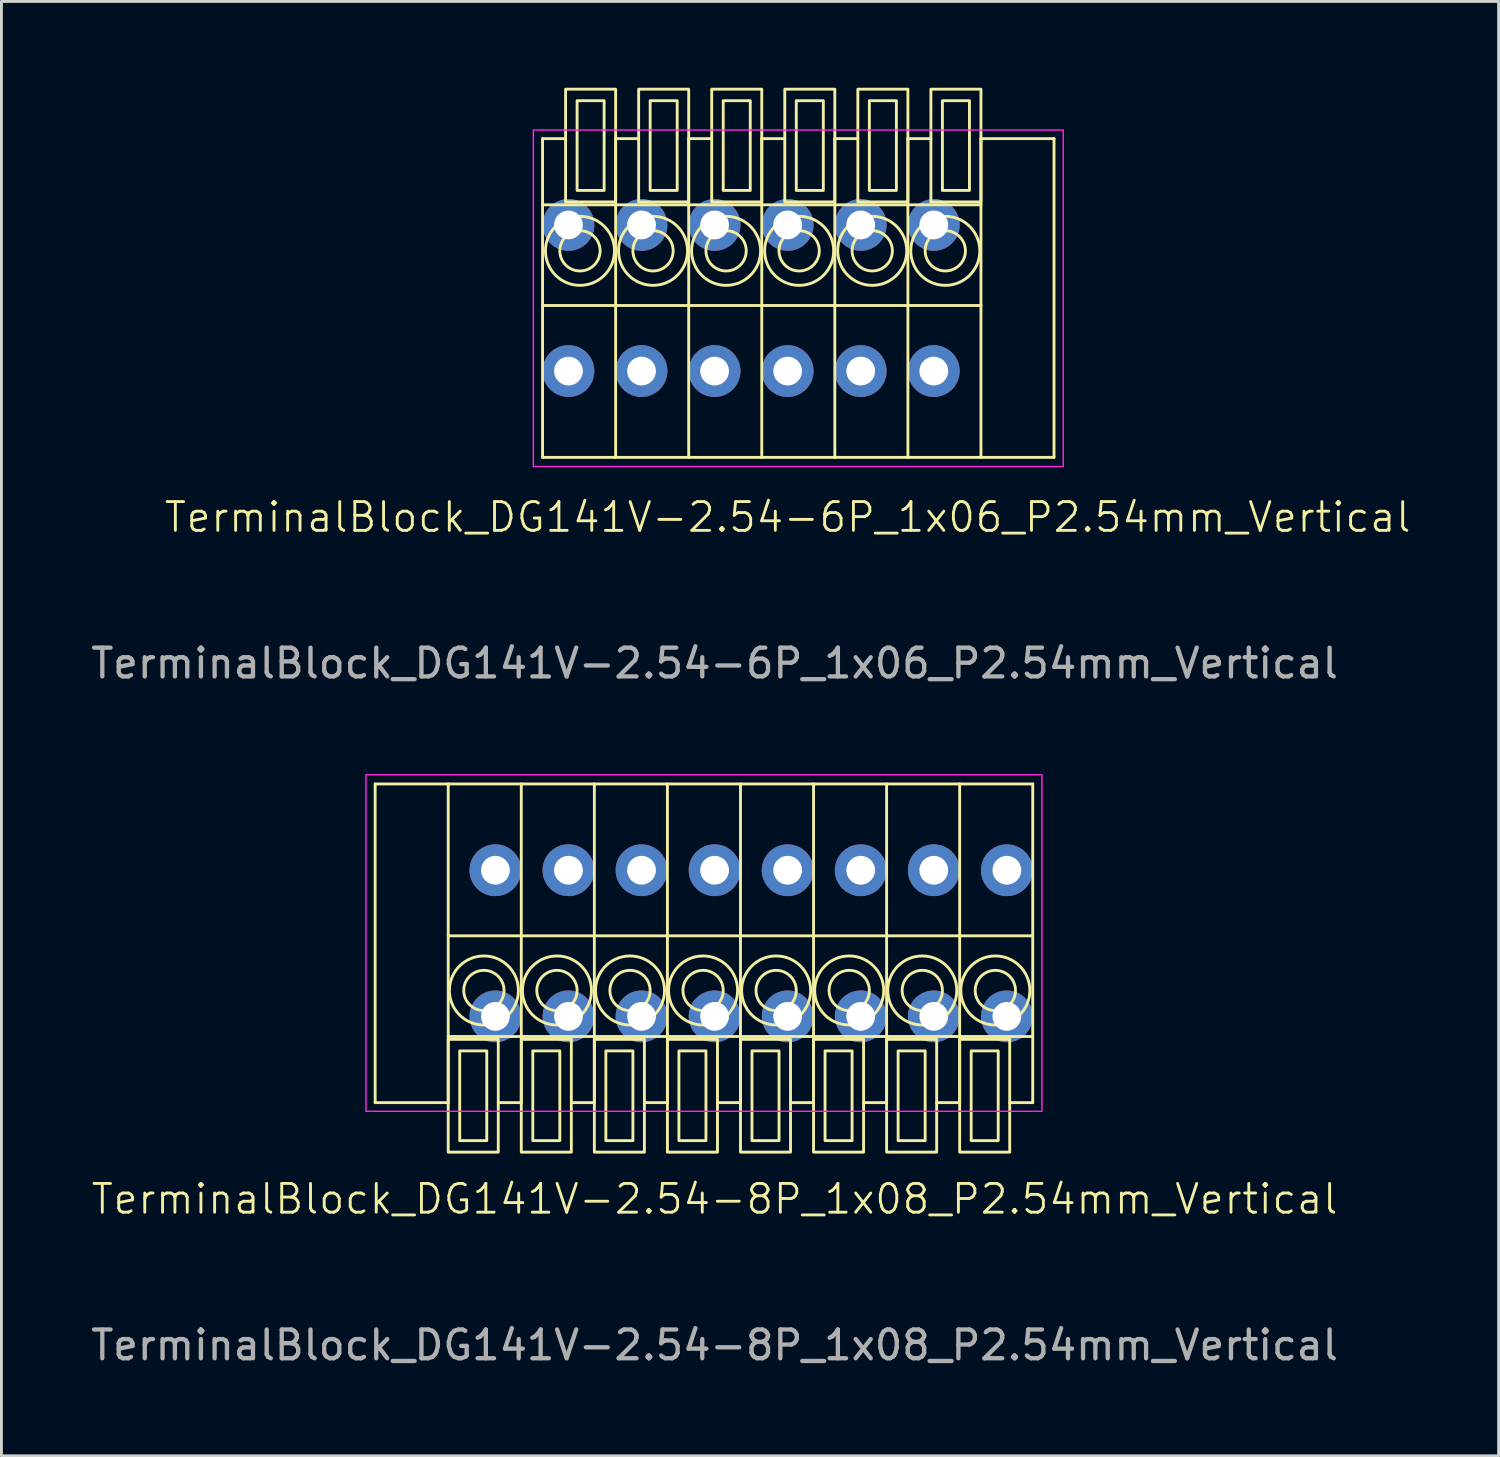
<source format=kicad_pcb>
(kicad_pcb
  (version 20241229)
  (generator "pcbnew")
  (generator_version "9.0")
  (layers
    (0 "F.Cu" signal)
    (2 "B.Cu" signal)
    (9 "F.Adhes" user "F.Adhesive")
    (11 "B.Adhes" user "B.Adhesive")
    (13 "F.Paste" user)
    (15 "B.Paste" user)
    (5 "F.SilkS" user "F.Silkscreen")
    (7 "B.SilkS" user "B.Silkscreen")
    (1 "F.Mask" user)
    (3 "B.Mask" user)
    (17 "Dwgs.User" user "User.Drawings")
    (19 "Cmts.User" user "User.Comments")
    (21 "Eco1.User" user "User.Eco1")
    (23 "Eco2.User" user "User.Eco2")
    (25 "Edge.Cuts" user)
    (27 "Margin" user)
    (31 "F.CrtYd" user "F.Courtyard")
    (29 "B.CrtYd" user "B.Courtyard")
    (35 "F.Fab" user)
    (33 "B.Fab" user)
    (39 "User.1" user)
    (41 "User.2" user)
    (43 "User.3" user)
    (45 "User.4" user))
  (footprint "TerminalBlock_DG141V-2.54-6P_1x06_P2.54mm_Vertical"
    (layer "F.Cu")
    (at 16.712 9.85)
    (property "Reference" "TerminalBlock_DG141V-2.54-6P_1x06_P2.54mm_Vertical" (at 7.62 5.08 0) (unlocked yes) (layer "F.SilkS") (effects (font (size 1 1) (thickness 0.1))))
    (attr through_hole)
    (fp_line (start -0.9 3) (end -0.9 -8.08) (stroke (width 0.1) (type default)) (layer "F.SilkS"))
    (fp_line (start -0.1 -8.08) (end -0.9 -8.08) (stroke (width 0.1) (type default)) (layer "F.SilkS"))
    (fp_line (start 1.64 3) (end 1.64 -8.08) (stroke (width 0.1) (type default)) (layer "F.SilkS"))
    (fp_line (start 2.44 -8.08) (end 1.64 -8.08) (stroke (width 0.1) (type default)) (layer "F.SilkS"))
    (fp_line (start 4.18 3) (end 4.18 -8.08) (stroke (width 0.1) (type default)) (layer "F.SilkS"))
    (fp_line (start 4.98 -8.08) (end 4.18 -8.08) (stroke (width 0.1) (type default)) (layer "F.SilkS"))
    (fp_line (start 6.72 3) (end 6.72 -8.08) (stroke (width 0.1) (type default)) (layer "F.SilkS"))
    (fp_line (start 7.52 -8.08) (end 6.72 -8.08) (stroke (width 0.1) (type default)) (layer "F.SilkS"))
    (fp_line (start 9.26 3) (end 9.26 -8.08) (stroke (width 0.1) (type default)) (layer "F.SilkS"))
    (fp_line (start 10.06 -8.08) (end 9.26 -8.08) (stroke (width 0.1) (type default)) (layer "F.SilkS"))
    (fp_line (start 11.8 3) (end 11.8 -8.08) (stroke (width 0.1) (type default)) (layer "F.SilkS"))
    (fp_line (start 12.6 -8.08) (end 11.8 -8.08) (stroke (width 0.1) (type default)) (layer "F.SilkS"))
    (fp_line (start 14.34 -5.78) (end -0.9 -5.78) (stroke (width 0.1) (type default)) (layer "F.SilkS"))
    (fp_line (start 14.34 -2.28) (end -0.9 -2.28) (stroke (width 0.1) (type default)) (layer "F.SilkS"))
    (fp_line (start 14.34 3) (end 14.34 -8.08) (stroke (width 0.1) (type default)) (layer "F.SilkS"))
    (fp_line (start 16.88 -8.08) (end 14.34 -8.08) (stroke (width 0.1) (type default)) (layer "F.SilkS"))
    (fp_line (start 16.88 -8.08) (end 16.88 3) (stroke (width 0.1) (type default)) (layer "F.SilkS"))
    (fp_line (start 16.88 3) (end -0.9 3) (stroke (width 0.1) (type default)) (layer "F.SilkS"))
    (fp_rect (start 1.24 -6.28) (end 0.3 -9.4) (stroke (width 0.1) (type default)) (fill no) (layer "F.SilkS"))
    (fp_rect (start 1.64 -5.88) (end -0.1 -9.8) (stroke (width 0.1) (type default)) (fill no) (layer "F.SilkS"))
    (fp_rect (start 3.78 -6.28) (end 2.84 -9.4) (stroke (width 0.1) (type default)) (fill no) (layer "F.SilkS"))
    (fp_rect (start 4.18 -5.88) (end 2.44 -9.8) (stroke (width 0.1) (type default)) (fill no) (layer "F.SilkS"))
    (fp_rect (start 6.32 -6.28) (end 5.38 -9.4) (stroke (width 0.1) (type default)) (fill no) (layer "F.SilkS"))
    (fp_rect (start 6.72 -5.88) (end 4.98 -9.8) (stroke (width 0.1) (type default)) (fill no) (layer "F.SilkS"))
    (fp_rect (start 8.86 -6.28) (end 7.92 -9.4) (stroke (width 0.1) (type default)) (fill no) (layer "F.SilkS"))
    (fp_rect (start 9.26 -5.88) (end 7.52 -9.8) (stroke (width 0.1) (type default)) (fill no) (layer "F.SilkS"))
    (fp_rect (start 11.4 -6.28) (end 10.46 -9.4) (stroke (width 0.1) (type default)) (fill no) (layer "F.SilkS"))
    (fp_rect (start 11.8 -5.88) (end 10.06 -9.8) (stroke (width 0.1) (type default)) (fill no) (layer "F.SilkS"))
    (fp_rect (start 13.94 -6.28) (end 13 -9.4) (stroke (width 0.1) (type default)) (fill no) (layer "F.SilkS"))
    (fp_rect (start 14.34 -5.88) (end 12.6 -9.8) (stroke (width 0.1) (type default)) (fill no) (layer "F.SilkS"))
    (fp_circle (center 0.4 -4.18) (end -0.8 -4.18) (stroke (width 0.1) (type default)) (fill no) (layer "F.SilkS"))
    (fp_circle (center 0.4 -4.18) (end -0.3 -4.18) (stroke (width 0.1) (type default)) (fill no) (layer "F.SilkS"))
    (fp_circle (center 2.94 -4.18) (end 1.74 -4.18) (stroke (width 0.1) (type default)) (fill no) (layer "F.SilkS"))
    (fp_circle (center 2.94 -4.18) (end 2.24 -4.18) (stroke (width 0.1) (type default)) (fill no) (layer "F.SilkS"))
    (fp_circle (center 5.48 -4.18) (end 4.28 -4.18) (stroke (width 0.1) (type default)) (fill no) (layer "F.SilkS"))
    (fp_circle (center 5.48 -4.18) (end 4.78 -4.18) (stroke (width 0.1) (type default)) (fill no) (layer "F.SilkS"))
    (fp_circle (center 8.02 -4.18) (end 6.82 -4.18) (stroke (width 0.1) (type default)) (fill no) (layer "F.SilkS"))
    (fp_circle (center 8.02 -4.18) (end 7.32 -4.18) (stroke (width 0.1) (type default)) (fill no) (layer "F.SilkS"))
    (fp_circle (center 10.56 -4.18) (end 9.36 -4.18) (stroke (width 0.1) (type default)) (fill no) (layer "F.SilkS"))
    (fp_circle (center 10.56 -4.18) (end 9.86 -4.18) (stroke (width 0.1) (type default)) (fill no) (layer "F.SilkS"))
    (fp_circle (center 13.1 -4.18) (end 11.9 -4.18) (stroke (width 0.1) (type default)) (fill no) (layer "F.SilkS"))
    (fp_circle (center 13.1 -4.18) (end 12.4 -4.18) (stroke (width 0.1) (type default)) (fill no) (layer "F.SilkS"))
    (fp_rect (start 17.2 3.32) (end -1.22 -8.38) (stroke (width 0.05) (type default)) (fill no) (layer "F.CrtYd"))
    (fp_text user "${REFERENCE}" (at 5.08 10.16 0) (unlocked yes) (layer "F.Fab") (effects (font (size 1 1) (thickness 0.15))))
    (pad "1" thru_hole circle (at 0 -5.08 180) (size 1.8 1.8) (drill 1) (layers "*.Cu" "*.Mask"))
    (pad "1" thru_hole circle (at 0 0 180) (size 1.8 1.8) (drill 1) (layers "*.Cu" "*.Mask"))
    (pad "2" thru_hole circle (at 2.54 -5.08 180) (size 1.8 1.8) (drill 1) (layers "*.Cu" "*.Mask"))
    (pad "2" thru_hole circle (at 2.54 0 180) (size 1.8 1.8) (drill 1) (layers "*.Cu" "*.Mask"))
    (pad "3" thru_hole circle (at 5.08 -5.08 180) (size 1.8 1.8) (drill 1) (layers "*.Cu" "*.Mask"))
    (pad "3" thru_hole circle (at 5.08 0 180) (size 1.8 1.8) (drill 1) (layers "*.Cu" "*.Mask"))
    (pad "4" thru_hole circle (at 7.62 -5.08 180) (size 1.8 1.8) (drill 1) (layers "*.Cu" "*.Mask"))
    (pad "4" thru_hole circle (at 7.62 0 180) (size 1.8 1.8) (drill 1) (layers "*.Cu" "*.Mask"))
    (pad "5" thru_hole circle (at 10.16 -5.08 180) (size 1.8 1.8) (drill 1) (layers "*.Cu" "*.Mask"))
    (pad "5" thru_hole circle (at 10.16 0 180) (size 1.8 1.8) (drill 1) (layers "*.Cu" "*.Mask"))
    (pad "6" thru_hole circle (at 12.7 -5.08 180) (size 1.8 1.8) (drill 1) (layers "*.Cu" "*.Mask"))
    (pad "6" thru_hole circle (at 12.7 0 180) (size 1.8 1.8) (drill 1) (layers "*.Cu" "*.Mask")))
  (footprint "TerminalBlock_DG141V-2.54-8P_1x08_P2.54mm_Vertical"
    (layer "F.Cu")
    (at 14.172 32.283)
    (property "Reference" "TerminalBlock_DG141V-2.54-8P_1x08_P2.54mm_Vertical" (at 7.62 6.35 0) (unlocked yes) (layer "F.SilkS") (effects (font (size 1 1) (thickness 0.1))))
    (attr through_hole)
    (fp_line (start -4.18 -8.08) (end 18.68 -8.08) (stroke (width 0.1) (type default)) (layer "F.SilkS"))
    (fp_line (start -4.18 3) (end -4.18 -8.08) (stroke (width 0.1) (type default)) (layer "F.SilkS"))
    (fp_line (start -4.18 3) (end -1.64 3) (stroke (width 0.1) (type default)) (layer "F.SilkS"))
    (fp_line (start -1.64 -8.08) (end -1.64 3) (stroke (width 0.1) (type default)) (layer "F.SilkS"))
    (fp_line (start -1.64 -2.8) (end 18.68 -2.8) (stroke (width 0.1) (type default)) (layer "F.SilkS"))
    (fp_line (start -1.64 0.7) (end 18.68 0.7) (stroke (width 0.1) (type default)) (layer "F.SilkS"))
    (fp_line (start 0.1 3) (end 0.9 3) (stroke (width 0.1) (type default)) (layer "F.SilkS"))
    (fp_line (start 0.9 -8.08) (end 0.9 3) (stroke (width 0.1) (type default)) (layer "F.SilkS"))
    (fp_line (start 2.64 3) (end 3.44 3) (stroke (width 0.1) (type default)) (layer "F.SilkS"))
    (fp_line (start 3.44 -8.08) (end 3.44 3) (stroke (width 0.1) (type default)) (layer "F.SilkS"))
    (fp_line (start 5.18 3) (end 5.98 3) (stroke (width 0.1) (type default)) (layer "F.SilkS"))
    (fp_line (start 5.98 -8.08) (end 5.98 3) (stroke (width 0.1) (type default)) (layer "F.SilkS"))
    (fp_line (start 7.72 3) (end 8.52 3) (stroke (width 0.1) (type default)) (layer "F.SilkS"))
    (fp_line (start 8.52 -8.08) (end 8.52 3) (stroke (width 0.1) (type default)) (layer "F.SilkS"))
    (fp_line (start 10.26 3) (end 11.06 3) (stroke (width 0.1) (type default)) (layer "F.SilkS"))
    (fp_line (start 11.06 -8.08) (end 11.06 3) (stroke (width 0.1) (type default)) (layer "F.SilkS"))
    (fp_line (start 12.8 3) (end 13.6 3) (stroke (width 0.1) (type default)) (layer "F.SilkS"))
    (fp_line (start 13.6 -8.08) (end 13.6 3) (stroke (width 0.1) (type default)) (layer "F.SilkS"))
    (fp_line (start 15.34 3) (end 16.14 3) (stroke (width 0.1) (type default)) (layer "F.SilkS"))
    (fp_line (start 16.14 -8.08) (end 16.14 3) (stroke (width 0.1) (type default)) (layer "F.SilkS"))
    (fp_line (start 17.88 3) (end 18.68 3) (stroke (width 0.1) (type default)) (layer "F.SilkS"))
    (fp_line (start 18.68 -8.08) (end 18.68 3) (stroke (width 0.1) (type default)) (layer "F.SilkS"))
    (fp_rect (start -1.64 0.8) (end 0.1 4.72) (stroke (width 0.1) (type default)) (fill no) (layer "F.SilkS"))
    (fp_rect (start -1.24 1.2) (end -0.3 4.32) (stroke (width 0.1) (type default)) (fill no) (layer "F.SilkS"))
    (fp_rect (start 0.9 0.8) (end 2.64 4.72) (stroke (width 0.1) (type default)) (fill no) (layer "F.SilkS"))
    (fp_rect (start 1.3 1.2) (end 2.24 4.32) (stroke (width 0.1) (type default)) (fill no) (layer "F.SilkS"))
    (fp_rect (start 3.44 0.8) (end 5.18 4.72) (stroke (width 0.1) (type default)) (fill no) (layer "F.SilkS"))
    (fp_rect (start 3.84 1.2) (end 4.78 4.32) (stroke (width 0.1) (type default)) (fill no) (layer "F.SilkS"))
    (fp_rect (start 5.98 0.8) (end 7.72 4.72) (stroke (width 0.1) (type default)) (fill no) (layer "F.SilkS"))
    (fp_rect (start 6.38 1.2) (end 7.32 4.32) (stroke (width 0.1) (type default)) (fill no) (layer "F.SilkS"))
    (fp_rect (start 8.52 0.8) (end 10.26 4.72) (stroke (width 0.1) (type default)) (fill no) (layer "F.SilkS"))
    (fp_rect (start 8.92 1.2) (end 9.86 4.32) (stroke (width 0.1) (type default)) (fill no) (layer "F.SilkS"))
    (fp_rect (start 11.06 0.8) (end 12.8 4.72) (stroke (width 0.1) (type default)) (fill no) (layer "F.SilkS"))
    (fp_rect (start 11.46 1.2) (end 12.4 4.32) (stroke (width 0.1) (type default)) (fill no) (layer "F.SilkS"))
    (fp_rect (start 13.6 0.8) (end 15.34 4.72) (stroke (width 0.1) (type default)) (fill no) (layer "F.SilkS"))
    (fp_rect (start 14 1.2) (end 14.94 4.32) (stroke (width 0.1) (type default)) (fill no) (layer "F.SilkS"))
    (fp_rect (start 16.14 0.8) (end 17.88 4.72) (stroke (width 0.1) (type default)) (fill no) (layer "F.SilkS"))
    (fp_rect (start 16.54 1.2) (end 17.48 4.32) (stroke (width 0.1) (type default)) (fill no) (layer "F.SilkS"))
    (fp_circle (center -0.4 -0.9) (end 0.3 -0.9) (stroke (width 0.1) (type default)) (fill no) (layer "F.SilkS"))
    (fp_circle (center -0.4 -0.9) (end 0.8 -0.9) (stroke (width 0.1) (type default)) (fill no) (layer "F.SilkS"))
    (fp_circle (center 2.14 -0.9) (end 2.84 -0.9) (stroke (width 0.1) (type default)) (fill no) (layer "F.SilkS"))
    (fp_circle (center 2.14 -0.9) (end 3.34 -0.9) (stroke (width 0.1) (type default)) (fill no) (layer "F.SilkS"))
    (fp_circle (center 4.68 -0.9) (end 5.38 -0.9) (stroke (width 0.1) (type default)) (fill no) (layer "F.SilkS"))
    (fp_circle (center 4.68 -0.9) (end 5.88 -0.9) (stroke (width 0.1) (type default)) (fill no) (layer "F.SilkS"))
    (fp_circle (center 7.22 -0.9) (end 7.92 -0.9) (stroke (width 0.1) (type default)) (fill no) (layer "F.SilkS"))
    (fp_circle (center 7.22 -0.9) (end 8.42 -0.9) (stroke (width 0.1) (type default)) (fill no) (layer "F.SilkS"))
    (fp_circle (center 9.76 -0.9) (end 10.46 -0.9) (stroke (width 0.1) (type default)) (fill no) (layer "F.SilkS"))
    (fp_circle (center 9.76 -0.9) (end 10.96 -0.9) (stroke (width 0.1) (type default)) (fill no) (layer "F.SilkS"))
    (fp_circle (center 12.3 -0.9) (end 13 -0.9) (stroke (width 0.1) (type default)) (fill no) (layer "F.SilkS"))
    (fp_circle (center 12.3 -0.9) (end 13.5 -0.9) (stroke (width 0.1) (type default)) (fill no) (layer "F.SilkS"))
    (fp_circle (center 14.84 -0.9) (end 15.54 -0.9) (stroke (width 0.1) (type default)) (fill no) (layer "F.SilkS"))
    (fp_circle (center 14.84 -0.9) (end 16.04 -0.9) (stroke (width 0.1) (type default)) (fill no) (layer "F.SilkS"))
    (fp_circle (center 17.38 -0.9) (end 18.08 -0.9) (stroke (width 0.1) (type default)) (fill no) (layer "F.SilkS"))
    (fp_circle (center 17.38 -0.9) (end 18.58 -0.9) (stroke (width 0.1) (type default)) (fill no) (layer "F.SilkS"))
    (fp_rect (start -4.5 -8.4) (end 19 3.3) (stroke (width 0.05) (type default)) (fill no) (layer "F.CrtYd"))
    (fp_text user "${REFERENCE}" (at 7.62 11.43 0) (unlocked yes) (layer "F.Fab") (effects (font (size 1 1) (thickness 0.15))))
    (pad "1" thru_hole circle (at 0 -5.08) (size 1.8 1.8) (drill 1) (layers "*.Cu" "*.Mask"))
    (pad "1" thru_hole circle (at 0 0) (size 1.8 1.8) (drill 1) (layers "*.Cu" "*.Mask"))
    (pad "2" thru_hole circle (at 2.54 -5.08) (size 1.8 1.8) (drill 1) (layers "*.Cu" "*.Mask"))
    (pad "2" thru_hole circle (at 2.54 0) (size 1.8 1.8) (drill 1) (layers "*.Cu" "*.Mask"))
    (pad "3" thru_hole circle (at 5.08 -5.08) (size 1.8 1.8) (drill 1) (layers "*.Cu" "*.Mask"))
    (pad "3" thru_hole circle (at 5.08 0) (size 1.8 1.8) (drill 1) (layers "*.Cu" "*.Mask"))
    (pad "4" thru_hole circle (at 7.62 -5.08) (size 1.8 1.8) (drill 1) (layers "*.Cu" "*.Mask"))
    (pad "4" thru_hole circle (at 7.62 0) (size 1.8 1.8) (drill 1) (layers "*.Cu" "*.Mask"))
    (pad "5" thru_hole circle (at 10.16 -5.08) (size 1.8 1.8) (drill 1) (layers "*.Cu" "*.Mask"))
    (pad "5" thru_hole circle (at 10.16 0) (size 1.8 1.8) (drill 1) (layers "*.Cu" "*.Mask"))
    (pad "6" thru_hole circle (at 12.7 -5.08) (size 1.8 1.8) (drill 1) (layers "*.Cu" "*.Mask"))
    (pad "6" thru_hole circle (at 12.7 0) (size 1.8 1.8) (drill 1) (layers "*.Cu" "*.Mask"))
    (pad "7" thru_hole circle (at 15.24 -5.08) (size 1.8 1.8) (drill 1) (layers "*.Cu" "*.Mask"))
    (pad "7" thru_hole circle (at 15.24 0) (size 1.8 1.8) (drill 1) (layers "*.Cu" "*.Mask"))
    (pad "8" thru_hole circle (at 17.78 -5.08) (size 1.8 1.8) (drill 1) (layers "*.Cu" "*.Mask"))
    (pad "8" thru_hole circle (at 17.78 0) (size 1.8 1.8) (drill 1) (layers "*.Cu" "*.Mask")))
  (gr_rect
    (start -3 -3)
    (end 49.048 47.562)
    (stroke (width 0.1) (type default))
    (fill no)
    (layer "Edge.Cuts")))
</source>
